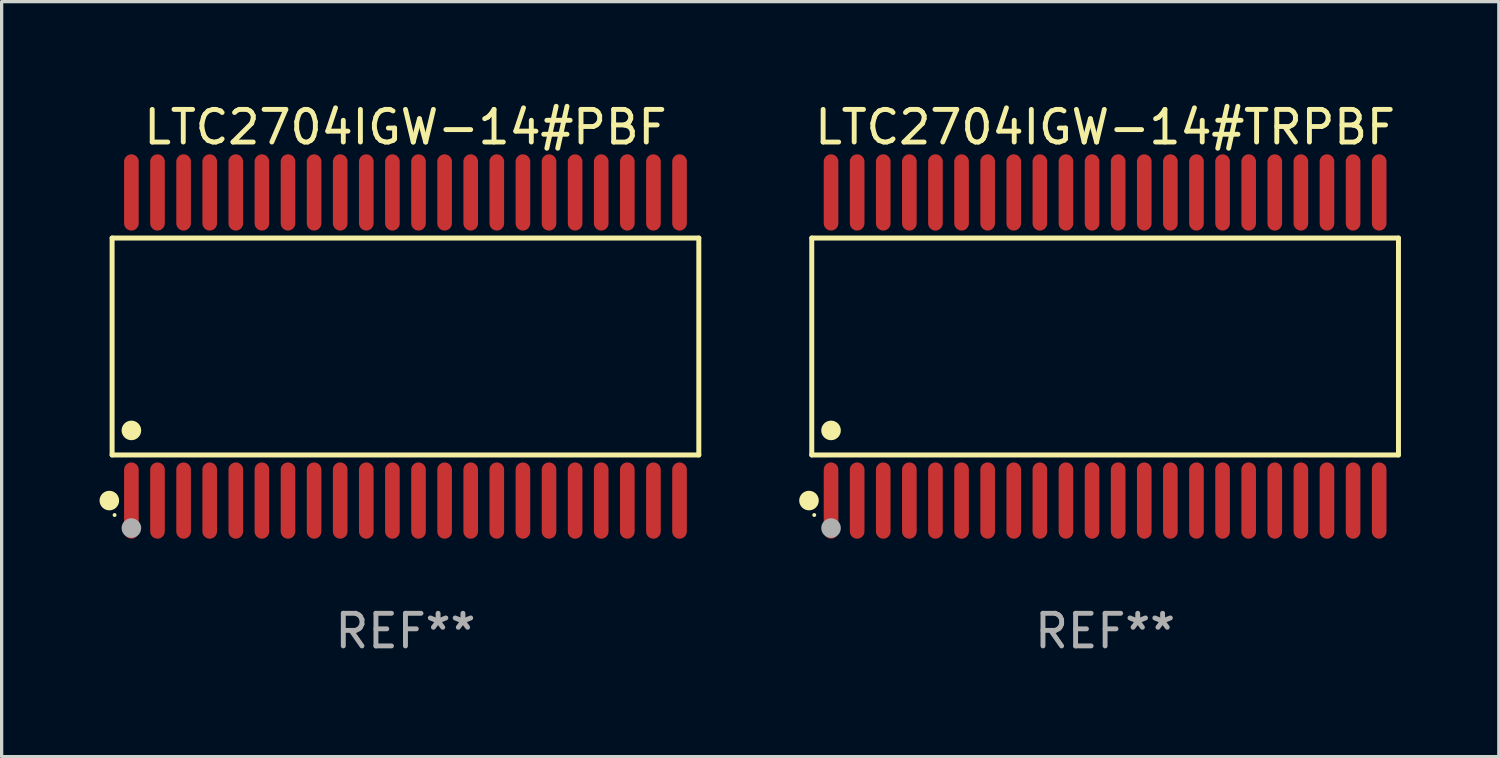
<source format=kicad_pcb>
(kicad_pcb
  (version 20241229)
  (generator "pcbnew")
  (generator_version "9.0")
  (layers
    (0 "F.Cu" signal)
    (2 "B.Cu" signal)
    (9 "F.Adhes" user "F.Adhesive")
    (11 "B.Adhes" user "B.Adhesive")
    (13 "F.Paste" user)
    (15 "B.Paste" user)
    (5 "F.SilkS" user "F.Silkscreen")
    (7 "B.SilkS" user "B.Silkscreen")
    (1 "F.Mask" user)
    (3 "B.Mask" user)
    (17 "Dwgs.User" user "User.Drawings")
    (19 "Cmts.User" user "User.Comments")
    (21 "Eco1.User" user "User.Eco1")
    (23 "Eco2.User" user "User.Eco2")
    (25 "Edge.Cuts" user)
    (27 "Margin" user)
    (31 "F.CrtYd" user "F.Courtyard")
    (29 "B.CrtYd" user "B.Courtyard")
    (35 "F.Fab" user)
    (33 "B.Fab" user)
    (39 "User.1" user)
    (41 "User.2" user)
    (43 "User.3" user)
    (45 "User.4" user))
  (footprint "LTC2704IGW-14#PBF"
    (layer "F.Cu")
    (at 9.377 7.57)
    (property "Reference" "LTC2704IGW-14#PBF" (at 0 -6.722 0) (layer "F.SilkS") (effects (font (size 1 1) (thickness 0.15))))
    (attr through_hole)
    (fp_line (start -8.991 -3.324) (end 8.991 -3.324) (stroke (width 0.152) (type solid)) (layer "F.SilkS"))
    (fp_line (start -8.991 3.324) (end -8.991 -3.324) (stroke (width 0.152) (type solid)) (layer "F.SilkS"))
    (fp_line (start 8.991 -3.324) (end 8.991 3.324) (stroke (width 0.152) (type solid)) (layer "F.SilkS"))
    (fp_line (start 8.991 3.324) (end -8.991 3.324) (stroke (width 0.152) (type solid)) (layer "F.SilkS"))
    (fp_circle (center -9.076 4.722) (end -8.926 4.722) (stroke (width 0.3) (type solid)) (fill no) (layer "F.SilkS"))
    (fp_circle (center -8.915 5.165) (end -8.885 5.165) (stroke (width 0.06) (type solid)) (fill no) (layer "F.SilkS"))
    (fp_circle (center -8.4 2.572) (end -8.25 2.572) (stroke (width 0.3) (type solid)) (fill no) (layer "F.SilkS"))
    (fp_circle (center -8.4 5.565) (end -8.25 5.565) (stroke (width 0.3) (type solid)) (fill no) (layer "F.Fab"))
    (fp_text user "REF**" (at 0 8.722 0) (layer "F.Fab") (effects (font (size 1 1) (thickness 0.15))))
    (pad "1" smd oval (at -8.4 4.722) (size 0.448 2.337) (layers "F.Cu" "F.Mask" "F.Paste"))
    (pad "2" smd oval (at -7.6 4.722) (size 0.448 2.337) (layers "F.Cu" "F.Mask" "F.Paste"))
    (pad "3" smd oval (at -6.8 4.722) (size 0.448 2.337) (layers "F.Cu" "F.Mask" "F.Paste"))
    (pad "4" smd oval (at -6 4.722) (size 0.448 2.337) (layers "F.Cu" "F.Mask" "F.Paste"))
    (pad "5" smd oval (at -5.2 4.722) (size 0.448 2.337) (layers "F.Cu" "F.Mask" "F.Paste"))
    (pad "6" smd oval (at -4.4 4.722) (size 0.448 2.337) (layers "F.Cu" "F.Mask" "F.Paste"))
    (pad "7" smd oval (at -3.6 4.722) (size 0.448 2.337) (layers "F.Cu" "F.Mask" "F.Paste"))
    (pad "8" smd oval (at -2.8 4.722) (size 0.448 2.337) (layers "F.Cu" "F.Mask" "F.Paste"))
    (pad "9" smd oval (at -2 4.722) (size 0.448 2.337) (layers "F.Cu" "F.Mask" "F.Paste"))
    (pad "10" smd oval (at -1.2 4.722) (size 0.448 2.337) (layers "F.Cu" "F.Mask" "F.Paste"))
    (pad "11" smd oval (at -0.4 4.722) (size 0.448 2.337) (layers "F.Cu" "F.Mask" "F.Paste"))
    (pad "12" smd oval (at 0.4 4.722) (size 0.448 2.337) (layers "F.Cu" "F.Mask" "F.Paste"))
    (pad "13" smd oval (at 1.2 4.722) (size 0.448 2.337) (layers "F.Cu" "F.Mask" "F.Paste"))
    (pad "14" smd oval (at 2 4.722) (size 0.448 2.337) (layers "F.Cu" "F.Mask" "F.Paste"))
    (pad "15" smd oval (at 2.8 4.722) (size 0.448 2.337) (layers "F.Cu" "F.Mask" "F.Paste"))
    (pad "16" smd oval (at 3.6 4.722) (size 0.448 2.337) (layers "F.Cu" "F.Mask" "F.Paste"))
    (pad "17" smd oval (at 4.4 4.722) (size 0.448 2.337) (layers "F.Cu" "F.Mask" "F.Paste"))
    (pad "18" smd oval (at 5.2 4.722) (size 0.448 2.337) (layers "F.Cu" "F.Mask" "F.Paste"))
    (pad "19" smd oval (at 6 4.722) (size 0.448 2.337) (layers "F.Cu" "F.Mask" "F.Paste"))
    (pad "20" smd oval (at 6.8 4.722) (size 0.448 2.337) (layers "F.Cu" "F.Mask" "F.Paste"))
    (pad "21" smd oval (at 7.6 4.722) (size 0.448 2.337) (layers "F.Cu" "F.Mask" "F.Paste"))
    (pad "22" smd oval (at 8.4 4.722) (size 0.448 2.337) (layers "F.Cu" "F.Mask" "F.Paste"))
    (pad "23" smd oval (at 8.4 -4.722) (size 0.448 2.337) (layers "F.Cu" "F.Mask" "F.Paste"))
    (pad "24" smd oval (at 7.6 -4.722) (size 0.448 2.337) (layers "F.Cu" "F.Mask" "F.Paste"))
    (pad "25" smd oval (at 6.8 -4.722) (size 0.448 2.337) (layers "F.Cu" "F.Mask" "F.Paste"))
    (pad "26" smd oval (at 6 -4.722) (size 0.448 2.337) (layers "F.Cu" "F.Mask" "F.Paste"))
    (pad "27" smd oval (at 5.2 -4.722) (size 0.448 2.337) (layers "F.Cu" "F.Mask" "F.Paste"))
    (pad "28" smd oval (at 4.4 -4.722) (size 0.448 2.337) (layers "F.Cu" "F.Mask" "F.Paste"))
    (pad "29" smd oval (at 3.6 -4.722) (size 0.448 2.337) (layers "F.Cu" "F.Mask" "F.Paste"))
    (pad "30" smd oval (at 2.8 -4.722) (size 0.448 2.337) (layers "F.Cu" "F.Mask" "F.Paste"))
    (pad "31" smd oval (at 2 -4.722) (size 0.448 2.337) (layers "F.Cu" "F.Mask" "F.Paste"))
    (pad "32" smd oval (at 1.2 -4.722) (size 0.448 2.337) (layers "F.Cu" "F.Mask" "F.Paste"))
    (pad "33" smd oval (at 0.4 -4.722) (size 0.448 2.337) (layers "F.Cu" "F.Mask" "F.Paste"))
    (pad "34" smd oval (at -0.4 -4.722) (size 0.448 2.337) (layers "F.Cu" "F.Mask" "F.Paste"))
    (pad "35" smd oval (at -1.2 -4.722) (size 0.448 2.337) (layers "F.Cu" "F.Mask" "F.Paste"))
    (pad "36" smd oval (at -2 -4.722) (size 0.448 2.337) (layers "F.Cu" "F.Mask" "F.Paste"))
    (pad "37" smd oval (at -2.8 -4.722) (size 0.448 2.337) (layers "F.Cu" "F.Mask" "F.Paste"))
    (pad "38" smd oval (at -3.6 -4.722) (size 0.448 2.337) (layers "F.Cu" "F.Mask" "F.Paste"))
    (pad "39" smd oval (at -4.4 -4.722) (size 0.448 2.337) (layers "F.Cu" "F.Mask" "F.Paste"))
    (pad "40" smd oval (at -5.2 -4.722) (size 0.448 2.337) (layers "F.Cu" "F.Mask" "F.Paste"))
    (pad "41" smd oval (at -6 -4.722) (size 0.448 2.337) (layers "F.Cu" "F.Mask" "F.Paste"))
    (pad "42" smd oval (at -6.8 -4.722) (size 0.448 2.337) (layers "F.Cu" "F.Mask" "F.Paste"))
    (pad "43" smd oval (at -7.6 -4.722) (size 0.448 2.337) (layers "F.Cu" "F.Mask" "F.Paste"))
    (pad "44" smd oval (at -8.4 -4.722) (size 0.448 2.337) (layers "F.Cu" "F.Mask" "F.Paste")))
  (footprint "LTC2704IGW-14#TRPBF"
    (layer "F.Cu")
    (at 30.821 7.57)
    (property "Reference" "LTC2704IGW-14#TRPBF" (at 0 -6.722 0) (layer "F.SilkS") (effects (font (size 1 1) (thickness 0.15))))
    (attr through_hole)
    (fp_line (start -8.991 -3.324) (end 8.991 -3.324) (stroke (width 0.152) (type solid)) (layer "F.SilkS"))
    (fp_line (start -8.991 3.324) (end -8.991 -3.324) (stroke (width 0.152) (type solid)) (layer "F.SilkS"))
    (fp_line (start 8.991 -3.324) (end 8.991 3.324) (stroke (width 0.152) (type solid)) (layer "F.SilkS"))
    (fp_line (start 8.991 3.324) (end -8.991 3.324) (stroke (width 0.152) (type solid)) (layer "F.SilkS"))
    (fp_circle (center -9.076 4.722) (end -8.926 4.722) (stroke (width 0.3) (type solid)) (fill no) (layer "F.SilkS"))
    (fp_circle (center -8.915 5.165) (end -8.885 5.165) (stroke (width 0.06) (type solid)) (fill no) (layer "F.SilkS"))
    (fp_circle (center -8.4 2.572) (end -8.25 2.572) (stroke (width 0.3) (type solid)) (fill no) (layer "F.SilkS"))
    (fp_circle (center -8.4 5.565) (end -8.25 5.565) (stroke (width 0.3) (type solid)) (fill no) (layer "F.Fab"))
    (fp_text user "REF**" (at 0 8.722 0) (layer "F.Fab") (effects (font (size 1 1) (thickness 0.15))))
    (pad "1" smd oval (at -8.4 4.722) (size 0.448 2.337) (layers "F.Cu" "F.Mask" "F.Paste"))
    (pad "2" smd oval (at -7.6 4.722) (size 0.448 2.337) (layers "F.Cu" "F.Mask" "F.Paste"))
    (pad "3" smd oval (at -6.8 4.722) (size 0.448 2.337) (layers "F.Cu" "F.Mask" "F.Paste"))
    (pad "4" smd oval (at -6 4.722) (size 0.448 2.337) (layers "F.Cu" "F.Mask" "F.Paste"))
    (pad "5" smd oval (at -5.2 4.722) (size 0.448 2.337) (layers "F.Cu" "F.Mask" "F.Paste"))
    (pad "6" smd oval (at -4.4 4.722) (size 0.448 2.337) (layers "F.Cu" "F.Mask" "F.Paste"))
    (pad "7" smd oval (at -3.6 4.722) (size 0.448 2.337) (layers "F.Cu" "F.Mask" "F.Paste"))
    (pad "8" smd oval (at -2.8 4.722) (size 0.448 2.337) (layers "F.Cu" "F.Mask" "F.Paste"))
    (pad "9" smd oval (at -2 4.722) (size 0.448 2.337) (layers "F.Cu" "F.Mask" "F.Paste"))
    (pad "10" smd oval (at -1.2 4.722) (size 0.448 2.337) (layers "F.Cu" "F.Mask" "F.Paste"))
    (pad "11" smd oval (at -0.4 4.722) (size 0.448 2.337) (layers "F.Cu" "F.Mask" "F.Paste"))
    (pad "12" smd oval (at 0.4 4.722) (size 0.448 2.337) (layers "F.Cu" "F.Mask" "F.Paste"))
    (pad "13" smd oval (at 1.2 4.722) (size 0.448 2.337) (layers "F.Cu" "F.Mask" "F.Paste"))
    (pad "14" smd oval (at 2 4.722) (size 0.448 2.337) (layers "F.Cu" "F.Mask" "F.Paste"))
    (pad "15" smd oval (at 2.8 4.722) (size 0.448 2.337) (layers "F.Cu" "F.Mask" "F.Paste"))
    (pad "16" smd oval (at 3.6 4.722) (size 0.448 2.337) (layers "F.Cu" "F.Mask" "F.Paste"))
    (pad "17" smd oval (at 4.4 4.722) (size 0.448 2.337) (layers "F.Cu" "F.Mask" "F.Paste"))
    (pad "18" smd oval (at 5.2 4.722) (size 0.448 2.337) (layers "F.Cu" "F.Mask" "F.Paste"))
    (pad "19" smd oval (at 6 4.722) (size 0.448 2.337) (layers "F.Cu" "F.Mask" "F.Paste"))
    (pad "20" smd oval (at 6.8 4.722) (size 0.448 2.337) (layers "F.Cu" "F.Mask" "F.Paste"))
    (pad "21" smd oval (at 7.6 4.722) (size 0.448 2.337) (layers "F.Cu" "F.Mask" "F.Paste"))
    (pad "22" smd oval (at 8.4 4.722) (size 0.448 2.337) (layers "F.Cu" "F.Mask" "F.Paste"))
    (pad "23" smd oval (at 8.4 -4.722) (size 0.448 2.337) (layers "F.Cu" "F.Mask" "F.Paste"))
    (pad "24" smd oval (at 7.6 -4.722) (size 0.448 2.337) (layers "F.Cu" "F.Mask" "F.Paste"))
    (pad "25" smd oval (at 6.8 -4.722) (size 0.448 2.337) (layers "F.Cu" "F.Mask" "F.Paste"))
    (pad "26" smd oval (at 6 -4.722) (size 0.448 2.337) (layers "F.Cu" "F.Mask" "F.Paste"))
    (pad "27" smd oval (at 5.2 -4.722) (size 0.448 2.337) (layers "F.Cu" "F.Mask" "F.Paste"))
    (pad "28" smd oval (at 4.4 -4.722) (size 0.448 2.337) (layers "F.Cu" "F.Mask" "F.Paste"))
    (pad "29" smd oval (at 3.6 -4.722) (size 0.448 2.337) (layers "F.Cu" "F.Mask" "F.Paste"))
    (pad "30" smd oval (at 2.8 -4.722) (size 0.448 2.337) (layers "F.Cu" "F.Mask" "F.Paste"))
    (pad "31" smd oval (at 2 -4.722) (size 0.448 2.337) (layers "F.Cu" "F.Mask" "F.Paste"))
    (pad "32" smd oval (at 1.2 -4.722) (size 0.448 2.337) (layers "F.Cu" "F.Mask" "F.Paste"))
    (pad "33" smd oval (at 0.4 -4.722) (size 0.448 2.337) (layers "F.Cu" "F.Mask" "F.Paste"))
    (pad "34" smd oval (at -0.4 -4.722) (size 0.448 2.337) (layers "F.Cu" "F.Mask" "F.Paste"))
    (pad "35" smd oval (at -1.2 -4.722) (size 0.448 2.337) (layers "F.Cu" "F.Mask" "F.Paste"))
    (pad "36" smd oval (at -2 -4.722) (size 0.448 2.337) (layers "F.Cu" "F.Mask" "F.Paste"))
    (pad "37" smd oval (at -2.8 -4.722) (size 0.448 2.337) (layers "F.Cu" "F.Mask" "F.Paste"))
    (pad "38" smd oval (at -3.6 -4.722) (size 0.448 2.337) (layers "F.Cu" "F.Mask" "F.Paste"))
    (pad "39" smd oval (at -4.4 -4.722) (size 0.448 2.337) (layers "F.Cu" "F.Mask" "F.Paste"))
    (pad "40" smd oval (at -5.2 -4.722) (size 0.448 2.337) (layers "F.Cu" "F.Mask" "F.Paste"))
    (pad "41" smd oval (at -6 -4.722) (size 0.448 2.337) (layers "F.Cu" "F.Mask" "F.Paste"))
    (pad "42" smd oval (at -6.8 -4.722) (size 0.448 2.337) (layers "F.Cu" "F.Mask" "F.Paste"))
    (pad "43" smd oval (at -7.6 -4.722) (size 0.448 2.337) (layers "F.Cu" "F.Mask" "F.Paste"))
    (pad "44" smd oval (at -8.4 -4.722) (size 0.448 2.337) (layers "F.Cu" "F.Mask" "F.Paste")))
  (gr_rect
    (start -3 -3)
    (end 42.888 20.14)
    (stroke (width 0.1) (type default))
    (fill no)
    (layer "Edge.Cuts")))
</source>
